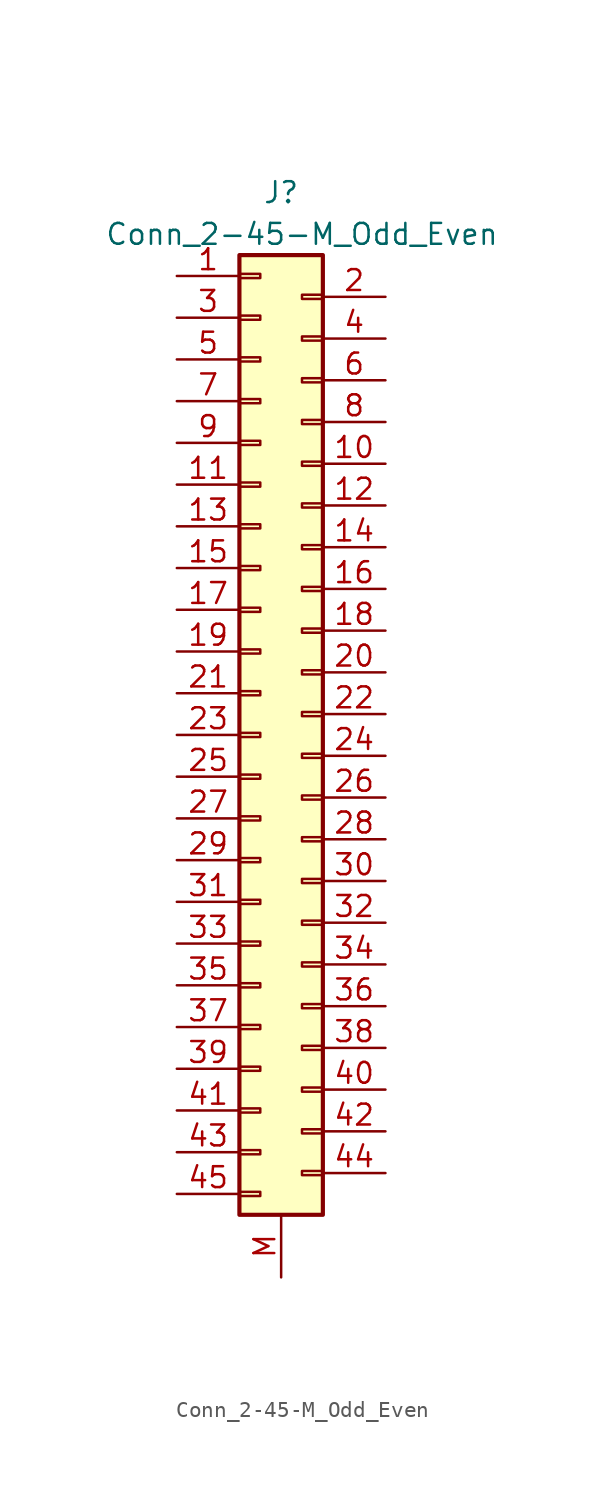
<source format=kicad_sym>
(kicad_symbol_lib
  (version 20220914)
  (generator kicad_symbol_editor)
  (symbol "Conn_2-45-M_Odd_Even"
    (pin_names
      (offset 1.016) hide)
    (property "Reference" "J"
      (at 1.27 30.48 0)
      (effects (font (size 1.27 1.27))))
    (property "Value" "Conn_2-45-M_Odd_Even"
      (at 2.54 27.94 0)
      (effects (font (size 1.27 1.27))))
    (symbol "Conn_2-45-M_Odd_Even_1_1"
      (rectangle (start -1.27 -30.607) (end 0 -30.353) (stroke (width 0.152) (type default)) (fill (type none)))
      (rectangle (start -1.27 -27.813) (end 0 -28.067) (stroke (width 0.152) (type default)) (fill (type none)))
      (rectangle (start -1.27 -25.273) (end 0 -25.527) (stroke (width 0.152) (type default)) (fill (type none)))
      (rectangle (start -1.27 -22.733) (end 0 -22.987) (stroke (width 0.152) (type default)) (fill (type none)))
      (rectangle (start -1.27 -20.193) (end 0 -20.447) (stroke (width 0.152) (type default)) (fill (type none)))
      (rectangle (start -1.27 -17.653) (end 0 -17.907) (stroke (width 0.152) (type default)) (fill (type none)))
      (rectangle (start -1.27 -15.113) (end 0 -15.367) (stroke (width 0.152) (type default)) (fill (type none)))
      (rectangle (start -1.27 -12.573) (end 0 -12.827) (stroke (width 0.152) (type default)) (fill (type none)))
      (rectangle (start -1.27 -10.033) (end 0 -10.287) (stroke (width 0.152) (type default)) (fill (type none)))
      (rectangle (start -1.27 -7.493) (end 0 -7.747) (stroke (width 0.152) (type default)) (fill (type none)))
      (rectangle (start -1.27 -4.953) (end 0 -5.207) (stroke (width 0.152) (type default)) (fill (type none)))
      (rectangle (start -1.27 -2.413) (end 0 -2.667) (stroke (width 0.152) (type default)) (fill (type none)))
      (rectangle (start -1.27 0.127) (end 0 -0.127) (stroke (width 0.152) (type default)) (fill (type none)))
      (rectangle (start -1.27 2.667) (end 0 2.413) (stroke (width 0.152) (type default)) (fill (type none)))
      (rectangle (start -1.27 5.207) (end 0 4.953) (stroke (width 0.152) (type default)) (fill (type none)))
      (rectangle (start -1.27 7.747) (end 0 7.493) (stroke (width 0.152) (type default)) (fill (type none)))
      (rectangle (start -1.27 10.287) (end 0 10.033) (stroke (width 0.152) (type default)) (fill (type none)))
      (rectangle (start -1.27 12.827) (end 0 12.573) (stroke (width 0.152) (type default)) (fill (type none)))
      (rectangle (start -1.27 15.367) (end 0 15.113) (stroke (width 0.152) (type default)) (fill (type none)))
      (rectangle (start -1.27 17.907) (end 0 17.653) (stroke (width 0.152) (type default)) (fill (type none)))
      (rectangle (start -1.27 20.447) (end 0 20.193) (stroke (width 0.152) (type default)) (fill (type none)))
      (rectangle (start -1.27 22.987) (end 0 22.733) (stroke (width 0.152) (type default)) (fill (type none)))
      (rectangle (start -1.27 25.527) (end 0 25.273) (stroke (width 0.152) (type default)) (fill (type none)))
      (rectangle (start -1.27 26.67) (end 3.81 -31.75) (stroke (width 0.254) (type default)) (fill (type background)))
      (rectangle (start 3.81 -29.083) (end 2.54 -29.337) (stroke (width 0.152) (type default)) (fill (type none)))
      (rectangle (start 3.81 -26.543) (end 2.54 -26.797) (stroke (width 0.152) (type default)) (fill (type none)))
      (rectangle (start 3.81 -24.003) (end 2.54 -24.257) (stroke (width 0.152) (type default)) (fill (type none)))
      (rectangle (start 3.81 -21.463) (end 2.54 -21.717) (stroke (width 0.152) (type default)) (fill (type none)))
      (rectangle (start 3.81 -18.923) (end 2.54 -19.177) (stroke (width 0.152) (type default)) (fill (type none)))
      (rectangle (start 3.81 -16.383) (end 2.54 -16.637) (stroke (width 0.152) (type default)) (fill (type none)))
      (rectangle (start 3.81 -13.843) (end 2.54 -14.097) (stroke (width 0.152) (type default)) (fill (type none)))
      (rectangle (start 3.81 -11.303) (end 2.54 -11.557) (stroke (width 0.152) (type default)) (fill (type none)))
      (rectangle (start 3.81 -8.763) (end 2.54 -9.017) (stroke (width 0.152) (type default)) (fill (type none)))
      (rectangle (start 3.81 -6.223) (end 2.54 -6.477) (stroke (width 0.152) (type default)) (fill (type none)))
      (rectangle (start 3.81 -3.683) (end 2.54 -3.937) (stroke (width 0.152) (type default)) (fill (type none)))
      (rectangle (start 3.81 -1.143) (end 2.54 -1.397) (stroke (width 0.152) (type default)) (fill (type none)))
      (rectangle (start 3.81 1.397) (end 2.54 1.143) (stroke (width 0.152) (type default)) (fill (type none)))
      (rectangle (start 3.81 3.937) (end 2.54 3.683) (stroke (width 0.152) (type default)) (fill (type none)))
      (rectangle (start 3.81 6.477) (end 2.54 6.223) (stroke (width 0.152) (type default)) (fill (type none)))
      (rectangle (start 3.81 9.017) (end 2.54 8.763) (stroke (width 0.152) (type default)) (fill (type none)))
      (rectangle (start 3.81 11.557) (end 2.54 11.303) (stroke (width 0.152) (type default)) (fill (type none)))
      (rectangle (start 3.81 14.097) (end 2.54 13.843) (stroke (width 0.152) (type default)) (fill (type none)))
      (rectangle (start 3.81 16.637) (end 2.54 16.383) (stroke (width 0.152) (type default)) (fill (type none)))
      (rectangle (start 3.81 19.177) (end 2.54 18.923) (stroke (width 0.152) (type default)) (fill (type none)))
      (rectangle (start 3.81 21.717) (end 2.54 21.463) (stroke (width 0.152) (type default)) (fill (type none)))
      (rectangle (start 3.81 24.257) (end 2.54 24.003) (stroke (width 0.152) (type default)) (fill (type none)))
      (pin passive line (at -5.08 25.4 0) (length 3.81) (name "Pin_1" (effects (font (size 1.27 1.27)))) (number "1" (effects (font (size 1.27 1.27)))))
      (pin passive line (at 7.62 13.97 180) (length 3.81) (name "Pin_10" (effects (font (size 1.27 1.27)))) (number "10" (effects (font (size 1.27 1.27)))))
      (pin passive line (at -5.08 12.7 0) (length 3.81) (name "Pin_11" (effects (font (size 1.27 1.27)))) (number "11" (effects (font (size 1.27 1.27)))))
      (pin passive line (at 7.62 11.43 180) (length 3.81) (name "Pin_12" (effects (font (size 1.27 1.27)))) (number "12" (effects (font (size 1.27 1.27)))))
      (pin passive line (at -5.08 10.16 0) (length 3.81) (name "Pin_13" (effects (font (size 1.27 1.27)))) (number "13" (effects (font (size 1.27 1.27)))))
      (pin passive line (at 7.62 8.89 180) (length 3.81) (name "Pin_14" (effects (font (size 1.27 1.27)))) (number "14" (effects (font (size 1.27 1.27)))))
      (pin passive line (at -5.08 7.62 0) (length 3.81) (name "Pin_15" (effects (font (size 1.27 1.27)))) (number "15" (effects (font (size 1.27 1.27)))))
      (pin passive line (at 7.62 6.35 180) (length 3.81) (name "Pin_16" (effects (font (size 1.27 1.27)))) (number "16" (effects (font (size 1.27 1.27)))))
      (pin passive line (at -5.08 5.08 0) (length 3.81) (name "Pin_17" (effects (font (size 1.27 1.27)))) (number "17" (effects (font (size 1.27 1.27)))))
      (pin passive line (at 7.62 3.81 180) (length 3.81) (name "Pin_18" (effects (font (size 1.27 1.27)))) (number "18" (effects (font (size 1.27 1.27)))))
      (pin passive line (at -5.08 2.54 0) (length 3.81) (name "Pin_19" (effects (font (size 1.27 1.27)))) (number "19" (effects (font (size 1.27 1.27)))))
      (pin passive line (at 7.62 24.13 180) (length 3.81) (name "Pin_2" (effects (font (size 1.27 1.27)))) (number "2" (effects (font (size 1.27 1.27)))))
      (pin passive line (at 7.62 1.27 180) (length 3.81) (name "Pin_20" (effects (font (size 1.27 1.27)))) (number "20" (effects (font (size 1.27 1.27)))))
      (pin passive line (at -5.08 0 0) (length 3.81) (name "Pin_21" (effects (font (size 1.27 1.27)))) (number "21" (effects (font (size 1.27 1.27)))))
      (pin passive line (at 7.62 -1.27 180) (length 3.81) (name "Pin_22" (effects (font (size 1.27 1.27)))) (number "22" (effects (font (size 1.27 1.27)))))
      (pin passive line (at -5.08 -2.54 0) (length 3.81) (name "Pin_23" (effects (font (size 1.27 1.27)))) (number "23" (effects (font (size 1.27 1.27)))))
      (pin passive line (at 7.62 -3.81 180) (length 3.81) (name "Pin_24" (effects (font (size 1.27 1.27)))) (number "24" (effects (font (size 1.27 1.27)))))
      (pin passive line (at -5.08 -5.08 0) (length 3.81) (name "Pin_25" (effects (font (size 1.27 1.27)))) (number "25" (effects (font (size 1.27 1.27)))))
      (pin passive line (at 7.62 -6.35 180) (length 3.81) (name "Pin_26" (effects (font (size 1.27 1.27)))) (number "26" (effects (font (size 1.27 1.27)))))
      (pin passive line (at -5.08 -7.62 0) (length 3.81) (name "Pin_27" (effects (font (size 1.27 1.27)))) (number "27" (effects (font (size 1.27 1.27)))))
      (pin passive line (at 7.62 -8.89 180) (length 3.81) (name "Pin_28" (effects (font (size 1.27 1.27)))) (number "28" (effects (font (size 1.27 1.27)))))
      (pin passive line (at -5.08 -10.16 0) (length 3.81) (name "Pin_29" (effects (font (size 1.27 1.27)))) (number "29" (effects (font (size 1.27 1.27)))))
      (pin passive line (at -5.08 22.86 0) (length 3.81) (name "Pin_3" (effects (font (size 1.27 1.27)))) (number "3" (effects (font (size 1.27 1.27)))))
      (pin passive line (at 7.62 -11.43 180) (length 3.81) (name "Pin_30" (effects (font (size 1.27 1.27)))) (number "30" (effects (font (size 1.27 1.27)))))
      (pin passive line (at -5.08 -12.7 0) (length 3.81) (name "Pin_31" (effects (font (size 1.27 1.27)))) (number "31" (effects (font (size 1.27 1.27)))))
      (pin passive line (at 7.62 -13.97 180) (length 3.81) (name "Pin_32" (effects (font (size 1.27 1.27)))) (number "32" (effects (font (size 1.27 1.27)))))
      (pin passive line (at -5.08 -15.24 0) (length 3.81) (name "Pin_33" (effects (font (size 1.27 1.27)))) (number "33" (effects (font (size 1.27 1.27)))))
      (pin passive line (at 7.62 -16.51 180) (length 3.81) (name "Pin_34" (effects (font (size 1.27 1.27)))) (number "34" (effects (font (size 1.27 1.27)))))
      (pin passive line (at -5.08 -17.78 0) (length 3.81) (name "Pin_35" (effects (font (size 1.27 1.27)))) (number "35" (effects (font (size 1.27 1.27)))))
      (pin passive line (at 7.62 -19.05 180) (length 3.81) (name "Pin_36" (effects (font (size 1.27 1.27)))) (number "36" (effects (font (size 1.27 1.27)))))
      (pin passive line (at -5.08 -20.32 0) (length 3.81) (name "Pin_37" (effects (font (size 1.27 1.27)))) (number "37" (effects (font (size 1.27 1.27)))))
      (pin passive line (at 7.62 -21.59 180) (length 3.81) (name "Pin_38" (effects (font (size 1.27 1.27)))) (number "38" (effects (font (size 1.27 1.27)))))
      (pin passive line (at -5.08 -22.86 0) (length 3.81) (name "Pin_39" (effects (font (size 1.27 1.27)))) (number "39" (effects (font (size 1.27 1.27)))))
      (pin passive line (at 7.62 21.59 180) (length 3.81) (name "Pin_4" (effects (font (size 1.27 1.27)))) (number "4" (effects (font (size 1.27 1.27)))))
      (pin passive line (at 7.62 -24.13 180) (length 3.81) (name "Pin_40" (effects (font (size 1.27 1.27)))) (number "40" (effects (font (size 1.27 1.27)))))
      (pin passive line (at -5.08 -25.4 0) (length 3.81) (name "Pin_41" (effects (font (size 1.27 1.27)))) (number "41" (effects (font (size 1.27 1.27)))))
      (pin passive line (at 7.62 -26.67 180) (length 3.81) (name "Pin_42" (effects (font (size 1.27 1.27)))) (number "42" (effects (font (size 1.27 1.27)))))
      (pin passive line (at -5.08 -27.94 0) (length 3.81) (name "Pin_43" (effects (font (size 1.27 1.27)))) (number "43" (effects (font (size 1.27 1.27)))))
      (pin passive line (at 7.62 -29.21 180) (length 3.81) (name "Pin_44" (effects (font (size 1.27 1.27)))) (number "44" (effects (font (size 1.27 1.27)))))
      (pin passive line (at -5.08 -30.48 0) (length 3.81) (name "Pin_45" (effects (font (size 1.27 1.27)))) (number "45" (effects (font (size 1.27 1.27)))))
      (pin passive line (at -5.08 20.32 0) (length 3.81) (name "Pin_5" (effects (font (size 1.27 1.27)))) (number "5" (effects (font (size 1.27 1.27)))))
      (pin passive line (at 7.62 19.05 180) (length 3.81) (name "Pin_6" (effects (font (size 1.27 1.27)))) (number "6" (effects (font (size 1.27 1.27)))))
      (pin passive line (at -5.08 17.78 0) (length 3.81) (name "Pin_7" (effects (font (size 1.27 1.27)))) (number "7" (effects (font (size 1.27 1.27)))))
      (pin passive line (at 7.62 16.51 180) (length 3.81) (name "Pin_8" (effects (font (size 1.27 1.27)))) (number "8" (effects (font (size 1.27 1.27)))))
      (pin passive line (at -5.08 15.24 0) (length 3.81) (name "Pin_9" (effects (font (size 1.27 1.27)))) (number "9" (effects (font (size 1.27 1.27)))))
      (pin passive line (at 1.27 -35.56 90) (length 3.81) (name "MNT" (effects (font (size 1.27 1.27)))) (number "M" (effects (font (size 1.27 1.27))))))))
</source>
